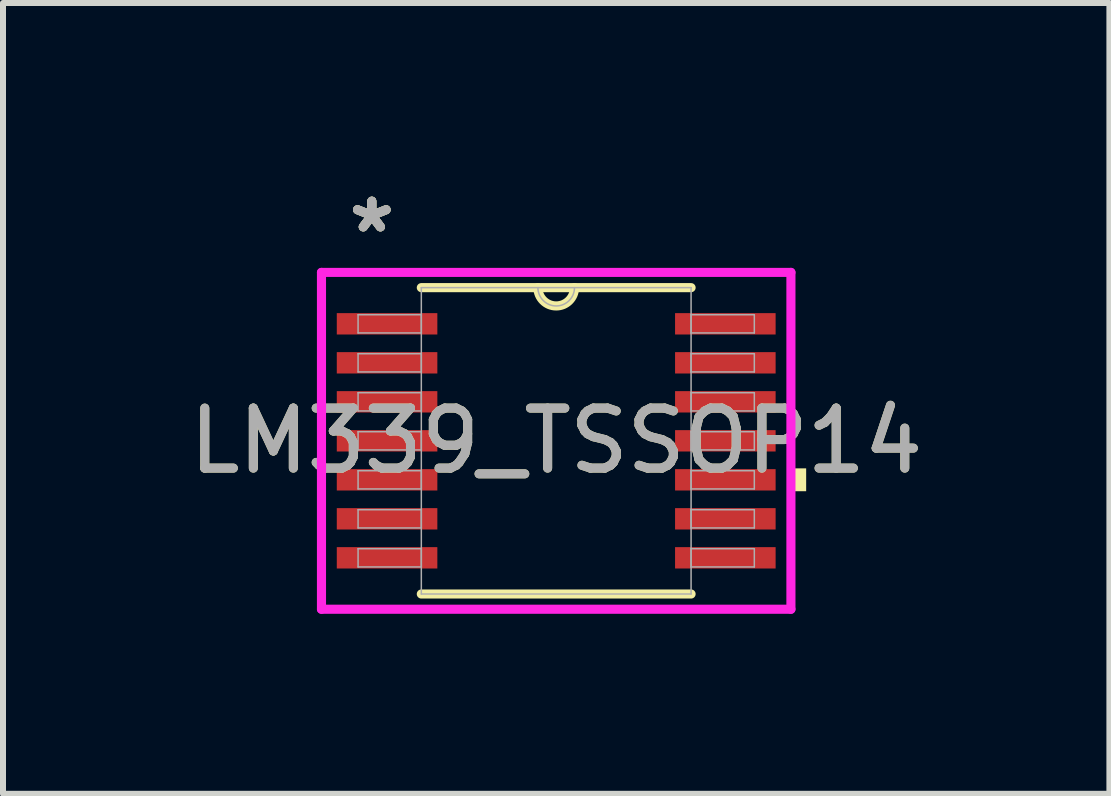
<source format=kicad_pcb>
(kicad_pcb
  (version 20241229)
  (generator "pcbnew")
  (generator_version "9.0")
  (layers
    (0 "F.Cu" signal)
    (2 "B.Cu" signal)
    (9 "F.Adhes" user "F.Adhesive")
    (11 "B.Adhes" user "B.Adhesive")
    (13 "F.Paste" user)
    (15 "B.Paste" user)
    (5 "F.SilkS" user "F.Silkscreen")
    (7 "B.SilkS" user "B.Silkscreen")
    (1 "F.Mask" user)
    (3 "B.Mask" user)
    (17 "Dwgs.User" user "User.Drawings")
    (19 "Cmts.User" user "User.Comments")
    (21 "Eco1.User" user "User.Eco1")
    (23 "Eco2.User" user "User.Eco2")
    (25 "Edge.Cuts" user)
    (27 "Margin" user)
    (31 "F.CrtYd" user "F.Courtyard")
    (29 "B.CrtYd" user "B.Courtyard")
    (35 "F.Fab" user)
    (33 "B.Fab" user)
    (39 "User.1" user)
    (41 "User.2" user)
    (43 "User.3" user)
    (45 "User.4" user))
  (footprint "LM339_TSSOP14"
    (layer "F.Cu")
    (at 6.22 4.297)
    (property "Reference" "LM339_TSSOP14" (at 0 0 0) (unlocked yes) (layer "F.SilkS") (effects (font (size 1 1) (thickness 0.15))))
    (attr smd)
    (fp_line (start -2.248 2.553) (end 2.248 2.553) (stroke (width 0.152) (type solid)) (layer "F.SilkS"))
    (fp_line (start 2.248 -2.553) (end -2.248 -2.553) (stroke (width 0.152) (type solid)) (layer "F.SilkS"))
    (fp_arc (start 0.3048 -2.5527) (mid 0 -2.2479) (end -0.3048 -2.5527) (stroke (width 0.1524) (type solid)) (layer "F.SilkS"))
    (fp_poly (pts (xy 4.166 0.459) (xy 4.166 0.84) (xy 3.912 0.84) (xy 3.912 0.459)) (stroke (width 0) (type solid)) (fill yes) (layer "F.SilkS"))
    (fp_line (start -3.912 -2.807) (end 3.912 -2.807) (stroke (width 0.152) (type solid)) (layer "F.CrtYd"))
    (fp_line (start -3.912 2.807) (end -3.912 -2.807) (stroke (width 0.152) (type solid)) (layer "F.CrtYd"))
    (fp_line (start 3.912 -2.807) (end 3.912 2.807) (stroke (width 0.152) (type solid)) (layer "F.CrtYd"))
    (fp_line (start 3.912 2.807) (end -3.912 2.807) (stroke (width 0.152) (type solid)) (layer "F.CrtYd"))
    (fp_line (start -3.302 -2.102) (end -3.302 -1.798) (stroke (width 0.025) (type solid)) (layer "F.Fab"))
    (fp_line (start -3.302 -1.798) (end -2.248 -1.798) (stroke (width 0.025) (type solid)) (layer "F.Fab"))
    (fp_line (start -3.302 -1.452) (end -3.302 -1.148) (stroke (width 0.025) (type solid)) (layer "F.Fab"))
    (fp_line (start -3.302 -1.148) (end -2.248 -1.148) (stroke (width 0.025) (type solid)) (layer "F.Fab"))
    (fp_line (start -3.302 -0.802) (end -3.302 -0.498) (stroke (width 0.025) (type solid)) (layer "F.Fab"))
    (fp_line (start -3.302 -0.498) (end -2.248 -0.498) (stroke (width 0.025) (type solid)) (layer "F.Fab"))
    (fp_line (start -3.302 -0.152) (end -3.302 0.152) (stroke (width 0.025) (type solid)) (layer "F.Fab"))
    (fp_line (start -3.302 0.152) (end -2.248 0.152) (stroke (width 0.025) (type solid)) (layer "F.Fab"))
    (fp_line (start -3.302 0.498) (end -3.302 0.802) (stroke (width 0.025) (type solid)) (layer "F.Fab"))
    (fp_line (start -3.302 0.802) (end -2.248 0.802) (stroke (width 0.025) (type solid)) (layer "F.Fab"))
    (fp_line (start -3.302 1.148) (end -3.302 1.452) (stroke (width 0.025) (type solid)) (layer "F.Fab"))
    (fp_line (start -3.302 1.452) (end -2.248 1.452) (stroke (width 0.025) (type solid)) (layer "F.Fab"))
    (fp_line (start -3.302 1.798) (end -3.302 2.102) (stroke (width 0.025) (type solid)) (layer "F.Fab"))
    (fp_line (start -3.302 2.102) (end -2.248 2.102) (stroke (width 0.025) (type solid)) (layer "F.Fab"))
    (fp_line (start -2.248 -2.553) (end -2.248 2.553) (stroke (width 0.025) (type solid)) (layer "F.Fab"))
    (fp_line (start -2.248 -2.102) (end -3.302 -2.102) (stroke (width 0.025) (type solid)) (layer "F.Fab"))
    (fp_line (start -2.248 -1.798) (end -2.248 -2.102) (stroke (width 0.025) (type solid)) (layer "F.Fab"))
    (fp_line (start -2.248 -1.452) (end -3.302 -1.452) (stroke (width 0.025) (type solid)) (layer "F.Fab"))
    (fp_line (start -2.248 -1.148) (end -2.248 -1.452) (stroke (width 0.025) (type solid)) (layer "F.Fab"))
    (fp_line (start -2.248 -0.802) (end -3.302 -0.802) (stroke (width 0.025) (type solid)) (layer "F.Fab"))
    (fp_line (start -2.248 -0.498) (end -2.248 -0.802) (stroke (width 0.025) (type solid)) (layer "F.Fab"))
    (fp_line (start -2.248 -0.152) (end -3.302 -0.152) (stroke (width 0.025) (type solid)) (layer "F.Fab"))
    (fp_line (start -2.248 0.152) (end -2.248 -0.152) (stroke (width 0.025) (type solid)) (layer "F.Fab"))
    (fp_line (start -2.248 0.498) (end -3.302 0.498) (stroke (width 0.025) (type solid)) (layer "F.Fab"))
    (fp_line (start -2.248 0.802) (end -2.248 0.498) (stroke (width 0.025) (type solid)) (layer "F.Fab"))
    (fp_line (start -2.248 1.148) (end -3.302 1.148) (stroke (width 0.025) (type solid)) (layer "F.Fab"))
    (fp_line (start -2.248 1.452) (end -2.248 1.148) (stroke (width 0.025) (type solid)) (layer "F.Fab"))
    (fp_line (start -2.248 1.798) (end -3.302 1.798) (stroke (width 0.025) (type solid)) (layer "F.Fab"))
    (fp_line (start -2.248 2.102) (end -2.248 1.798) (stroke (width 0.025) (type solid)) (layer "F.Fab"))
    (fp_line (start -2.248 2.553) (end 2.248 2.553) (stroke (width 0.025) (type solid)) (layer "F.Fab"))
    (fp_line (start 2.248 -2.553) (end -2.248 -2.553) (stroke (width 0.025) (type solid)) (layer "F.Fab"))
    (fp_line (start 2.248 -2.102) (end 2.248 -1.798) (stroke (width 0.025) (type solid)) (layer "F.Fab"))
    (fp_line (start 2.248 -1.798) (end 3.302 -1.798) (stroke (width 0.025) (type solid)) (layer "F.Fab"))
    (fp_line (start 2.248 -1.452) (end 2.248 -1.148) (stroke (width 0.025) (type solid)) (layer "F.Fab"))
    (fp_line (start 2.248 -1.148) (end 3.302 -1.148) (stroke (width 0.025) (type solid)) (layer "F.Fab"))
    (fp_line (start 2.248 -0.802) (end 2.248 -0.498) (stroke (width 0.025) (type solid)) (layer "F.Fab"))
    (fp_line (start 2.248 -0.498) (end 3.302 -0.498) (stroke (width 0.025) (type solid)) (layer "F.Fab"))
    (fp_line (start 2.248 -0.152) (end 2.248 0.152) (stroke (width 0.025) (type solid)) (layer "F.Fab"))
    (fp_line (start 2.248 0.152) (end 3.302 0.152) (stroke (width 0.025) (type solid)) (layer "F.Fab"))
    (fp_line (start 2.248 0.498) (end 2.248 0.802) (stroke (width 0.025) (type solid)) (layer "F.Fab"))
    (fp_line (start 2.248 0.802) (end 3.302 0.802) (stroke (width 0.025) (type solid)) (layer "F.Fab"))
    (fp_line (start 2.248 1.148) (end 2.248 1.452) (stroke (width 0.025) (type solid)) (layer "F.Fab"))
    (fp_line (start 2.248 1.452) (end 3.302 1.452) (stroke (width 0.025) (type solid)) (layer "F.Fab"))
    (fp_line (start 2.248 1.798) (end 2.248 2.102) (stroke (width 0.025) (type solid)) (layer "F.Fab"))
    (fp_line (start 2.248 2.102) (end 3.302 2.102) (stroke (width 0.025) (type solid)) (layer "F.Fab"))
    (fp_line (start 2.248 2.553) (end 2.248 -2.553) (stroke (width 0.025) (type solid)) (layer "F.Fab"))
    (fp_line (start 3.302 -2.102) (end 2.248 -2.102) (stroke (width 0.025) (type solid)) (layer "F.Fab"))
    (fp_line (start 3.302 -1.798) (end 3.302 -2.102) (stroke (width 0.025) (type solid)) (layer "F.Fab"))
    (fp_line (start 3.302 -1.452) (end 2.248 -1.452) (stroke (width 0.025) (type solid)) (layer "F.Fab"))
    (fp_line (start 3.302 -1.148) (end 3.302 -1.452) (stroke (width 0.025) (type solid)) (layer "F.Fab"))
    (fp_line (start 3.302 -0.802) (end 2.248 -0.802) (stroke (width 0.025) (type solid)) (layer "F.Fab"))
    (fp_line (start 3.302 -0.498) (end 3.302 -0.802) (stroke (width 0.025) (type solid)) (layer "F.Fab"))
    (fp_line (start 3.302 -0.152) (end 2.248 -0.152) (stroke (width 0.025) (type solid)) (layer "F.Fab"))
    (fp_line (start 3.302 0.152) (end 3.302 -0.152) (stroke (width 0.025) (type solid)) (layer "F.Fab"))
    (fp_line (start 3.302 0.498) (end 2.248 0.498) (stroke (width 0.025) (type solid)) (layer "F.Fab"))
    (fp_line (start 3.302 0.802) (end 3.302 0.498) (stroke (width 0.025) (type solid)) (layer "F.Fab"))
    (fp_line (start 3.302 1.148) (end 2.248 1.148) (stroke (width 0.025) (type solid)) (layer "F.Fab"))
    (fp_line (start 3.302 1.452) (end 3.302 1.148) (stroke (width 0.025) (type solid)) (layer "F.Fab"))
    (fp_line (start 3.302 1.798) (end 2.248 1.798) (stroke (width 0.025) (type solid)) (layer "F.Fab"))
    (fp_line (start 3.302 2.102) (end 3.302 1.798) (stroke (width 0.025) (type solid)) (layer "F.Fab"))
    (fp_arc (start 0.3048 -2.5527) (mid 0 -2.2479) (end -0.3048 -2.5527) (stroke (width 0.0254) (type solid)) (layer "F.Fab"))
    (fp_text user "*" (at -3.073 -3.449 0) (layer "F.SilkS") (effects (font (size 1 1) (thickness 0.15))))
    (fp_text user "*" (at -3.073 -3.449 0) (unlocked yes) (layer "F.SilkS") (effects (font (size 1 1) (thickness 0.15))))
    (fp_text user "${REFERENCE}" (at 0 0 0) (unlocked yes) (layer "F.Fab") (effects (font (size 1 1) (thickness 0.15))))
    (fp_text user "*" (at -3.073 -3.449 0) (unlocked yes) (layer "F.Fab") (effects (font (size 1 1) (thickness 0.15))))
    (fp_text user "*" (at -3.073 -3.449 0) (layer "F.Fab") (effects (font (size 1 1) (thickness 0.15))))
    (pad "1" smd rect (at -2.819 -1.95) (size 1.676 0.356) (layers "F.Cu" "F.Mask" "F.Paste"))
    (pad "2" smd rect (at -2.819 -1.3) (size 1.676 0.356) (layers "F.Cu" "F.Mask" "F.Paste"))
    (pad "3" smd rect (at -2.819 -0.65) (size 1.676 0.356) (layers "F.Cu" "F.Mask" "F.Paste"))
    (pad "4" smd rect (at -2.819 0) (size 1.676 0.356) (layers "F.Cu" "F.Mask" "F.Paste"))
    (pad "5" smd rect (at -2.819 0.65) (size 1.676 0.356) (layers "F.Cu" "F.Mask" "F.Paste"))
    (pad "6" smd rect (at -2.819 1.3) (size 1.676 0.356) (layers "F.Cu" "F.Mask" "F.Paste"))
    (pad "7" smd rect (at -2.819 1.95) (size 1.676 0.356) (layers "F.Cu" "F.Mask" "F.Paste"))
    (pad "8" smd rect (at 2.819 1.95) (size 1.676 0.356) (layers "F.Cu" "F.Mask" "F.Paste"))
    (pad "9" smd rect (at 2.819 1.3) (size 1.676 0.356) (layers "F.Cu" "F.Mask" "F.Paste"))
    (pad "10" smd rect (at 2.819 0.65) (size 1.676 0.356) (layers "F.Cu" "F.Mask" "F.Paste"))
    (pad "11" smd rect (at 2.819 0) (size 1.676 0.356) (layers "F.Cu" "F.Mask" "F.Paste"))
    (pad "12" smd rect (at 2.819 -0.65) (size 1.676 0.356) (layers "F.Cu" "F.Mask" "F.Paste"))
    (pad "13" smd rect (at 2.819 -1.3) (size 1.676 0.356) (layers "F.Cu" "F.Mask" "F.Paste"))
    (pad "14" smd rect (at 2.819 -1.95) (size 1.676 0.356) (layers "F.Cu" "F.Mask" "F.Paste")))
  (gr_rect
    (start -3 -3)
    (end 15.44 10.18)
    (stroke (width 0.1) (type default))
    (fill no)
    (layer "Edge.Cuts")))
</source>
